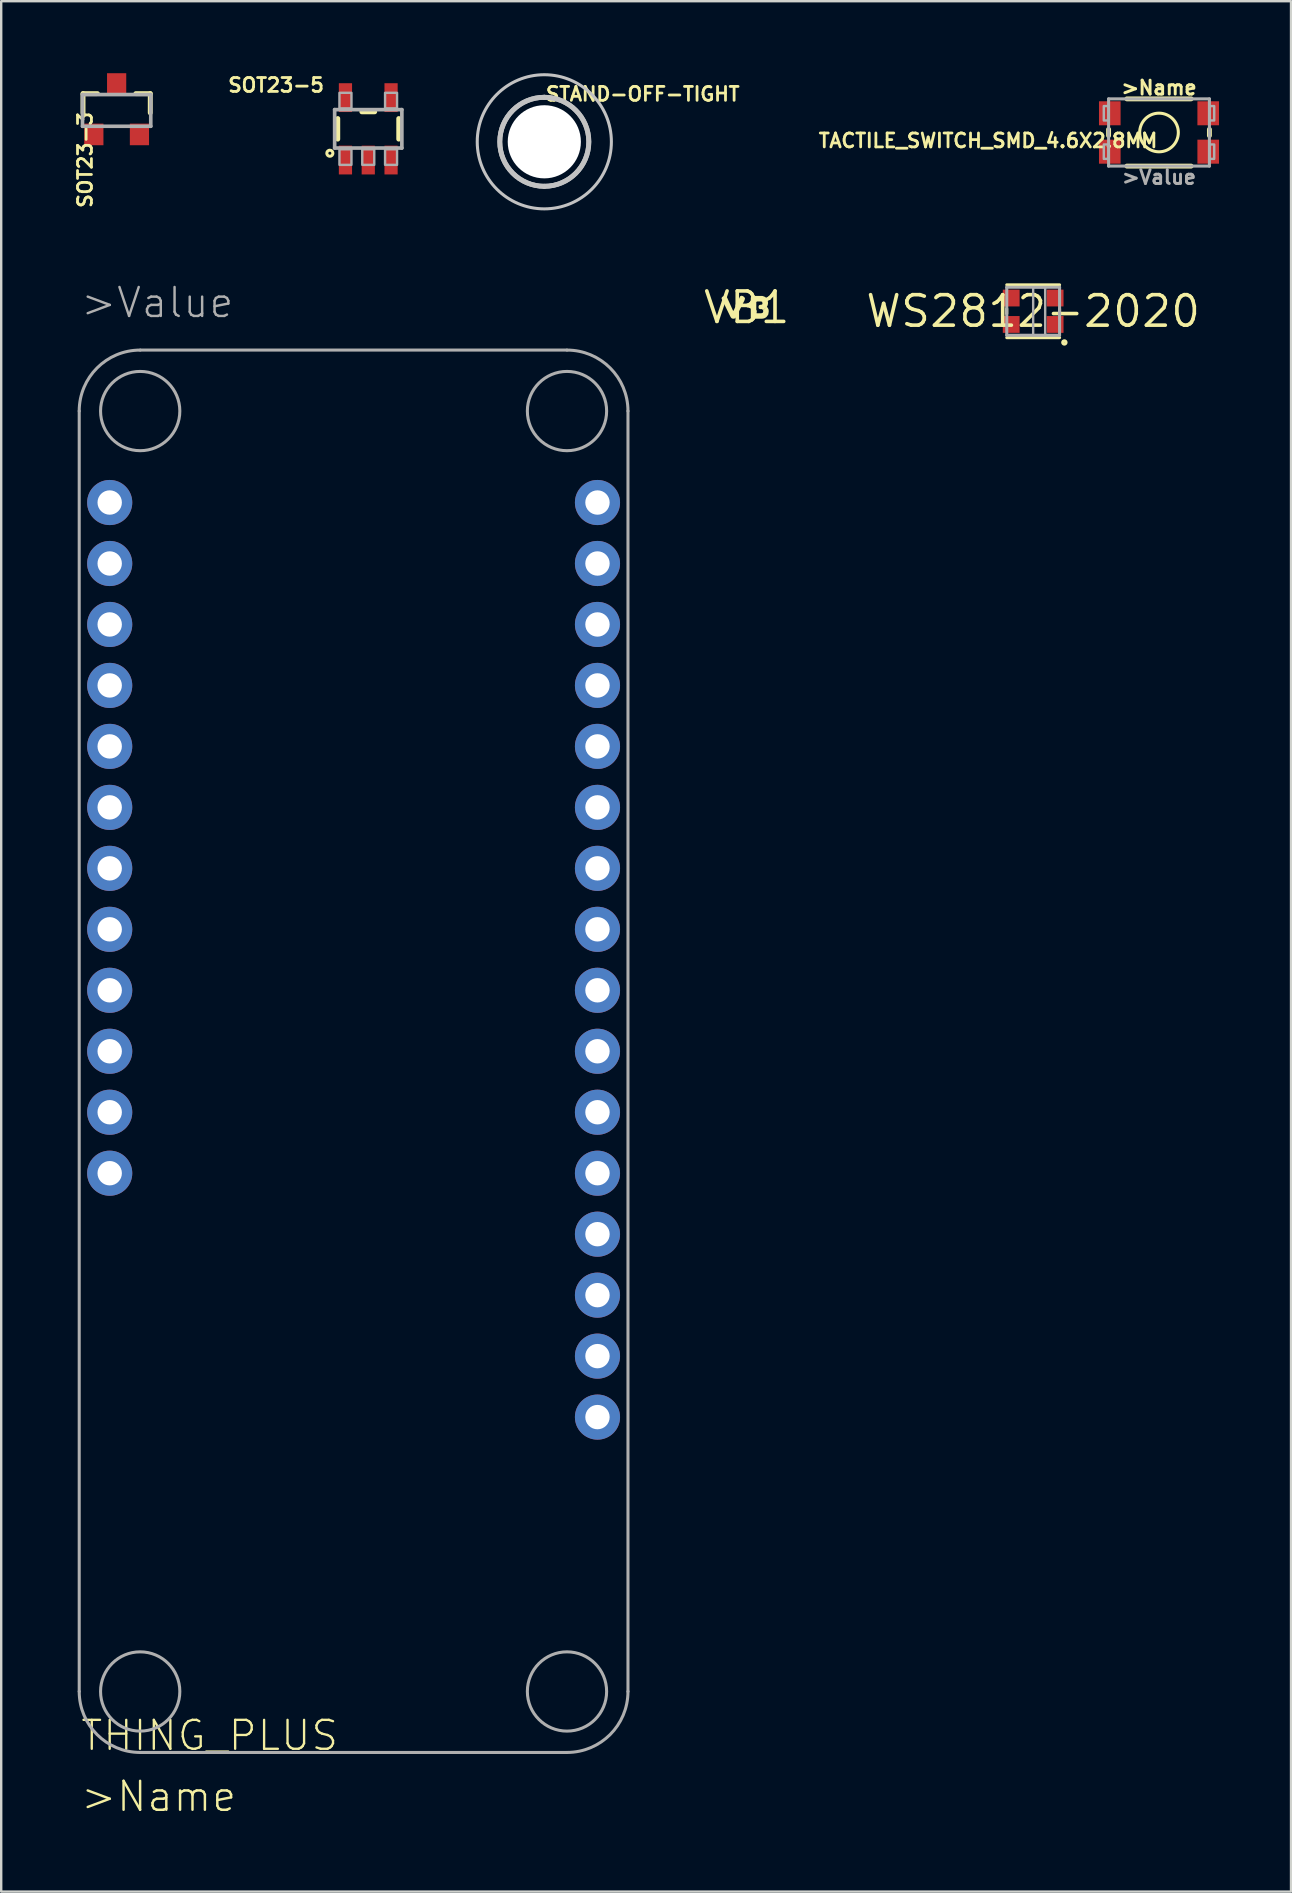
<source format=kicad_pcb>
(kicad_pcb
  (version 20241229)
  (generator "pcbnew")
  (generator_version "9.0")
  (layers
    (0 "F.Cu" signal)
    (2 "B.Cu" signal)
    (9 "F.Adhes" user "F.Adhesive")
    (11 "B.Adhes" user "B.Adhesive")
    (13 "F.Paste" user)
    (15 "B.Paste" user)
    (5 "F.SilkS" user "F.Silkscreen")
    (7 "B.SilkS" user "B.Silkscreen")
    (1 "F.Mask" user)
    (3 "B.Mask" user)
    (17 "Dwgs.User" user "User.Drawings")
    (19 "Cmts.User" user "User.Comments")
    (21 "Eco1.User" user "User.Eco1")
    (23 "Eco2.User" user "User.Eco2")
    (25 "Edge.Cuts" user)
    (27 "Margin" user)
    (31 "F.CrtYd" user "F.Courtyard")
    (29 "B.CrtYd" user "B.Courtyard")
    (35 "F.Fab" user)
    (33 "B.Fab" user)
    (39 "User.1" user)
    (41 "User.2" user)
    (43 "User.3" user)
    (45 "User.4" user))
  (footprint "VB1"
    (layer "F.Cu")
    (at 28.056 9.759)
    (property "Reference" "VB1" (at 0 0 0) (layer "F.SilkS") (effects (font (size 1.27 1.27) (thickness 0.15))))
    (attr through_hole)
    (fp_poly (pts (xy -0.15 -0.47) (xy -0.21 -0.49) (xy -0.27 -0.47) (xy -0.55 0.14) (xy -0.57 0.13) (xy -0.81 -0.4) (xy -0.84 -0.44) (xy -0.88 -0.49) (xy -0.94 -0.48) (xy -1.02 -0.44) (xy -1.05 -0.39) (xy -1.03 -0.33) (xy -0.67 0.4) (xy -0.63 0.45) (xy -0.57 0.47) (xy -0.5 0.46) (xy -0.45 0.42) (xy -0.42 0.36) (xy -0.09 -0.3) (xy -0.07 -0.37) (xy -0.09 -0.42)) (stroke (width 0) (type solid)) (fill yes) (layer "F.SilkS"))
    (fp_poly (pts (xy 0.86 -0.06) (xy 0.88 -0.12) (xy 0.89 -0.19) (xy 0.88 -0.26) (xy 0.86 -0.32) (xy 0.83 -0.38) (xy 0.78 -0.43) (xy 0.72 -0.46) (xy 0.65 -0.48) (xy 0.58 -0.48) (xy 0.31 -0.48) (xy 0.23 -0.48) (xy 0.18 -0.45) (xy 0.17 -0.39) (xy 0.17 0.36) (xy 0.17 0.43) (xy 0.21 0.46) (xy 0.29 0.47) (xy 0.63 0.47) (xy 0.7 0.46) (xy 0.76 0.44) (xy 0.82 0.4) (xy 0.86 0.35) (xy 0.9 0.29) (xy 0.91 0.22) (xy 0.92 0.15) (xy 0.91 0.08) (xy 0.88 0.02) (xy 0.84 -0.03) (xy 0.68 0.12) (xy 0.69 0.16) (xy 0.67 0.22) (xy 0.61 0.24) (xy 0.4 0.24) (xy 0.4 0.18) (xy 0.4 -0.23) (xy 0.44 -0.25) (xy 0.58 -0.25) (xy 0.64 -0.24) (xy 0.66 -0.17) (xy 0.64 -0.12) (xy 0.56 -0.11) (xy 0.51 -0.09) (xy 0.49 -0.02) (xy 0.51 0.05) (xy 0.57 0.07) (xy 0.64 0.07) (xy 0.68 0.11) (xy 0.84 -0.03)) (stroke (width 0) (type solid)) (fill yes) (layer "F.SilkS")))
  (footprint "STAND-OFF-TIGHT"
    (layer "F.Cu")
    (at 19.625 2.857)
    (property "Reference" "STAND-OFF-TIGHT" (at 0 -1.651 0) (layer "F.SilkS") (effects (font (size 0.579 0.579) (thickness 0.116)) (justify left bottom)))
    (attr through_hole)
    (fp_arc (start 0 -1.8542) (mid 1.8542 0) (end 0 1.8542) (stroke (width 0.2032) (type solid)) (layer "Dwgs.User"))
    (fp_arc (start 0 -1.8542) (mid 1.8542 0) (end 0 1.8542) (stroke (width 0.2032) (type solid)) (layer "Dwgs.User"))
    (fp_arc (start 0 1.8542) (mid -1.8542 0) (end 0 -1.8542) (stroke (width 0.2032) (type solid)) (layer "Dwgs.User"))
    (fp_arc (start 0 1.8542) (mid -1.8542 0) (end 0 -1.8542) (stroke (width 0.2032) (type solid)) (layer "Dwgs.User"))
    (fp_circle (center 0 0) (end 2.794 0) (stroke (width 0.127) (type solid)) (fill no) (layer "Dwgs.User"))
    (pad "" np_thru_hole circle (at 0 0) (size 3.048 3.048) (drill 3.048) (layers "*.Cu" "*.Mask")))
  (footprint "WS2812-2020"
    (layer "F.Cu")
    (at 39.99 9.916)
    (property "Reference" "WS2812-2020" (at 0 0 0) (layer "F.SilkS") (effects (font (size 1.27 1.27) (thickness 0.15))))
    (attr through_hole)
    (fp_line (start -1.1 -1.1) (end 1.1 -1.1) (stroke (width 0.127) (type solid)) (layer "F.SilkS"))
    (fp_line (start -1.1 0.1) (end -1.1 -0.1) (stroke (width 0.127) (type solid)) (layer "F.SilkS"))
    (fp_line (start 1.1 0.1) (end 1.1 -0.1) (stroke (width 0.127) (type solid)) (layer "F.SilkS"))
    (fp_line (start 1.1 1.1) (end -1.1 1.1) (stroke (width 0.127) (type solid)) (layer "F.SilkS"))
    (fp_circle (center 1.3 1.3) (end 1.37 1.3) (stroke (width 0.127) (type solid)) (fill no) (layer "F.SilkS"))
    (fp_line (start -1.1 -1) (end -1.1 1) (stroke (width 0.127) (type solid)) (layer "F.Fab"))
    (fp_line (start -1.1 1) (end 1.1 1) (stroke (width 0.127) (type solid)) (layer "F.Fab"))
    (fp_line (start 1.1 -1) (end -1.1 -1) (stroke (width 0.127) (type solid)) (layer "F.Fab"))
    (fp_line (start 1.1 1) (end 1.1 -1) (stroke (width 0.127) (type solid)) (layer "F.Fab"))
    (fp_poly (pts (xy 0 1) (xy 0.5 1) (xy 0.5 -1) (xy 0 -1)) (stroke (width 0.1) (type solid)) (fill no) (layer "F.Fab"))
    (pad "DI" smd rect (at -0.915 -0.55) (size 0.7 0.7) (layers "F.Cu" "F.Mask" "F.Paste"))
    (pad "DO" smd rect (at 0.915 0.55) (size 0.7 0.7) (layers "F.Cu" "F.Mask" "F.Paste"))
    (pad "GND" smd rect (at 0.915 -0.55) (size 0.7 0.7) (layers "F.Cu" "F.Mask" "F.Paste"))
    (pad "VCC" smd rect (at -0.915 0.55) (size 0.7 0.7) (layers "F.Cu" "F.Mask" "F.Paste")))
  (footprint "THING_PLUS"
    (layer "F.Cu")
    (at 0.25 69.954)
    (property "Reference" "THING_PLUS" (at 0 0 0) (layer "F.SilkS") (effects (font (size 1.206 1.206) (thickness 0.097)) (justify left bottom)))
    (attr through_hole)
    (fp_line (start 0 -2.54) (end 0 -55.88) (stroke (width 0.127) (type solid)) (layer "F.Fab"))
    (fp_line (start 2.54 -58.42) (end 20.32 -58.42) (stroke (width 0.127) (type solid)) (layer "F.Fab"))
    (fp_line (start 20.32 0) (end 2.54 0) (stroke (width 0.127) (type solid)) (layer "F.Fab"))
    (fp_line (start 22.86 -55.88) (end 22.86 -2.54) (stroke (width 0.127) (type solid)) (layer "F.Fab"))
    (fp_arc (start 0 -55.88) (mid 0.743949 -57.676051) (end 2.54 -58.42) (stroke (width 0.127) (type solid)) (layer "F.Fab"))
    (fp_arc (start 2.54 0) (mid 0.743949 -0.743949) (end 0 -2.54) (stroke (width 0.127) (type solid)) (layer "F.Fab"))
    (fp_arc (start 20.32 -58.42) (mid 22.116051 -57.676051) (end 22.86 -55.88) (stroke (width 0.127) (type solid)) (layer "F.Fab"))
    (fp_arc (start 22.86 -2.54) (mid 22.116051 -0.743949) (end 20.32 0) (stroke (width 0.127) (type solid)) (layer "F.Fab"))
    (fp_circle (center 2.54 -55.88) (end 4.191 -55.88) (stroke (width 0.127) (type solid)) (fill no) (layer "F.Fab"))
    (fp_circle (center 2.54 -2.54) (end 4.191 -2.54) (stroke (width 0.127) (type solid)) (fill no) (layer "F.Fab"))
    (fp_circle (center 20.32 -55.88) (end 21.971 -55.88) (stroke (width 0.127) (type solid)) (fill no) (layer "F.Fab"))
    (fp_circle (center 20.32 -2.54) (end 21.971 -2.54) (stroke (width 0.127) (type solid)) (fill no) (layer "F.Fab"))
    (fp_text user ">Name" (at 0 2.54 0) (layer "F.SilkS") (effects (font (size 1.206 1.206) (thickness 0.102)) (justify left bottom)))
    (fp_text user ">Value" (at 0 -59.69 0) (layer "F.Fab") (effects (font (size 1.206 1.206) (thickness 0.102)) (justify left bottom)))
    (pad "1" thru_hole circle (at 1.27 -52.07) (size 1.88 1.88) (drill 1.016) (layers "*.Cu" "*.Mask"))
    (pad "2" thru_hole circle (at 1.27 -49.53) (size 1.88 1.88) (drill 1.016) (layers "*.Cu" "*.Mask"))
    (pad "3" thru_hole circle (at 1.27 -46.99) (size 1.88 1.88) (drill 1.016) (layers "*.Cu" "*.Mask"))
    (pad "4" thru_hole circle (at 1.27 -44.45) (size 1.88 1.88) (drill 1.016) (layers "*.Cu" "*.Mask"))
    (pad "5" thru_hole circle (at 1.27 -41.91) (size 1.88 1.88) (drill 1.016) (layers "*.Cu" "*.Mask"))
    (pad "6" thru_hole circle (at 1.27 -39.37) (size 1.88 1.88) (drill 1.016) (layers "*.Cu" "*.Mask"))
    (pad "7" thru_hole circle (at 1.27 -36.83) (size 1.88 1.88) (drill 1.016) (layers "*.Cu" "*.Mask"))
    (pad "8" thru_hole circle (at 1.27 -34.29) (size 1.88 1.88) (drill 1.016) (layers "*.Cu" "*.Mask"))
    (pad "9" thru_hole circle (at 1.27 -31.75) (size 1.88 1.88) (drill 1.016) (layers "*.Cu" "*.Mask"))
    (pad "10" thru_hole circle (at 1.27 -29.21) (size 1.88 1.88) (drill 1.016) (layers "*.Cu" "*.Mask"))
    (pad "11" thru_hole circle (at 1.27 -26.67) (size 1.88 1.88) (drill 1.016) (layers "*.Cu" "*.Mask"))
    (pad "12" thru_hole circle (at 1.27 -24.13) (size 1.88 1.88) (drill 1.016) (layers "*.Cu" "*.Mask"))
    (pad "13" thru_hole circle (at 21.59 -52.07) (size 1.88 1.88) (drill 1.016) (layers "*.Cu" "*.Mask"))
    (pad "14" thru_hole circle (at 21.59 -49.53) (size 1.88 1.88) (drill 1.016) (layers "*.Cu" "*.Mask"))
    (pad "15" thru_hole circle (at 21.59 -46.99) (size 1.88 1.88) (drill 1.016) (layers "*.Cu" "*.Mask"))
    (pad "16" thru_hole circle (at 21.59 -44.45) (size 1.88 1.88) (drill 1.016) (layers "*.Cu" "*.Mask"))
    (pad "17" thru_hole circle (at 21.59 -41.91) (size 1.88 1.88) (drill 1.016) (layers "*.Cu" "*.Mask"))
    (pad "18" thru_hole circle (at 21.59 -39.37) (size 1.88 1.88) (drill 1.016) (layers "*.Cu" "*.Mask"))
    (pad "19" thru_hole circle (at 21.59 -36.83) (size 1.88 1.88) (drill 1.016) (layers "*.Cu" "*.Mask"))
    (pad "20" thru_hole circle (at 21.59 -34.29) (size 1.88 1.88) (drill 1.016) (layers "*.Cu" "*.Mask"))
    (pad "21" thru_hole circle (at 21.59 -31.75) (size 1.88 1.88) (drill 1.016) (layers "*.Cu" "*.Mask"))
    (pad "22" thru_hole circle (at 21.59 -29.21) (size 1.88 1.88) (drill 1.016) (layers "*.Cu" "*.Mask"))
    (pad "23" thru_hole circle (at 21.59 -26.67) (size 1.88 1.88) (drill 1.016) (layers "*.Cu" "*.Mask"))
    (pad "24" thru_hole circle (at 21.59 -24.13) (size 1.88 1.88) (drill 1.016) (layers "*.Cu" "*.Mask"))
    (pad "25" thru_hole circle (at 21.59 -21.59) (size 1.88 1.88) (drill 1.016) (layers "*.Cu" "*.Mask"))
    (pad "26" thru_hole circle (at 21.59 -19.05) (size 1.88 1.88) (drill 1.016) (layers "*.Cu" "*.Mask"))
    (pad "27" thru_hole circle (at 21.59 -16.51) (size 1.88 1.88) (drill 1.016) (layers "*.Cu" "*.Mask"))
    (pad "28" thru_hole circle (at 21.59 -13.97) (size 1.88 1.88) (drill 1.016) (layers "*.Cu" "*.Mask")))
  (footprint "TACTILE_SWITCH_SMD_4.6X2.8MM"
    (layer "F.Cu")
    (at 45.232 2.469)
    (property "Reference" "TACTILE_SWITCH_SMD_4.6X2.8MM" (at 0 0 180) (layer "F.SilkS") (effects (font (size 0.579 0.579) (thickness 0.116)) (justify right top)))
    (attr through_hole)
    (fp_line (start -2.1 -0.13) (end -2.1 0.13) (stroke (width 0.203) (type solid)) (layer "F.SilkS"))
    (fp_line (start -1.338 -1.4) (end 1.338 -1.4) (stroke (width 0.203) (type solid)) (layer "F.SilkS"))
    (fp_line (start 1.338 1.4) (end -1.338 1.4) (stroke (width 0.203) (type solid)) (layer "F.SilkS"))
    (fp_line (start 2.1 0.13) (end 2.1 -0.13) (stroke (width 0.203) (type solid)) (layer "F.SilkS"))
    (fp_circle (center 0 0) (end 0.805 0) (stroke (width 0.127) (type solid)) (fill no) (layer "F.SilkS"))
    (fp_line (start -2.1 -1.4) (end -2.1 1.4) (stroke (width 0.127) (type solid)) (layer "F.Fab"))
    (fp_line (start -2.1 -1.4) (end 2.1 -1.4) (stroke (width 0.127) (type solid)) (layer "F.Fab"))
    (fp_line (start -2.1 1.4) (end 2.1 1.4) (stroke (width 0.127) (type solid)) (layer "F.Fab"))
    (fp_line (start 2.1 1.4) (end 2.1 -1.4) (stroke (width 0.127) (type solid)) (layer "F.Fab"))
    (fp_poly (pts (xy -2.3 -0.5) (xy -2.1 -0.5) (xy -2.1 -1.1) (xy -2.3 -1.1)) (stroke (width 0.1) (type solid)) (fill no) (layer "F.Fab"))
    (fp_poly (pts (xy -2.3 1.1) (xy -2.1 1.1) (xy -2.1 0.5) (xy -2.3 0.5)) (stroke (width 0.1) (type solid)) (fill no) (layer "F.Fab"))
    (fp_poly (pts (xy 2.3 -1.1) (xy 2.1 -1.1) (xy 2.1 -0.5) (xy 2.3 -0.5)) (stroke (width 0.1) (type solid)) (fill no) (layer "F.Fab"))
    (fp_poly (pts (xy 2.3 0.5) (xy 2.1 0.5) (xy 2.1 1.1) (xy 2.3 1.1)) (stroke (width 0.1) (type solid)) (fill no) (layer "F.Fab"))
    (fp_text user ">Name" (at 0 -1.524 0) (layer "F.SilkS") (effects (font (size 0.579 0.579) (thickness 0.122)) (justify bottom)))
    (fp_text user ">Value" (at 0 1.524 0) (layer "F.Fab") (effects (font (size 0.579 0.579) (thickness 0.122)) (justify top)))
    (pad "1" smd rect (at -2.05 0.8) (size 0.9 1) (layers "F.Cu" "F.Mask" "F.Paste"))
    (pad "2" smd rect (at 2.05 0.8) (size 0.9 1) (layers "F.Cu" "F.Mask" "F.Paste"))
    (pad "3" smd rect (at 2.05 -0.8) (size 0.9 1) (layers "F.Cu" "F.Mask" "F.Paste"))
    (pad "4" smd rect (at -2.05 -0.8) (size 0.9 1) (layers "F.Cu" "F.Mask" "F.Paste")))
  (footprint "SOT23-5"
    (layer "F.Cu")
    (at 12.291 2.317)
    (property "Reference" "SOT23-5" (at -1.778 -2.159 180) (layer "F.SilkS") (effects (font (size 0.579 0.579) (thickness 0.116)) (justify right top)))
    (attr through_hole)
    (fp_line (start -1.27 0.429) (end -1.27 -0.429) (stroke (width 0.203) (type solid)) (layer "F.SilkS"))
    (fp_line (start -0.268 -0.709) (end 0.268 -0.709) (stroke (width 0.203) (type solid)) (layer "F.SilkS"))
    (fp_line (start 1.27 -0.429) (end 1.27 0.429) (stroke (width 0.203) (type solid)) (layer "F.SilkS"))
    (fp_circle (center -1.6 1.016) (end -1.537 1.016) (stroke (width 0.127) (type solid)) (fill no) (layer "F.SilkS"))
    (fp_line (start -1.4 -0.8) (end -1.4 0.8) (stroke (width 0.152) (type solid)) (layer "F.Fab"))
    (fp_line (start -1.4 -0.8) (end 1.4 -0.8) (stroke (width 0.152) (type solid)) (layer "F.Fab"))
    (fp_line (start 1.4 -0.8) (end 1.4 0.8) (stroke (width 0.152) (type solid)) (layer "F.Fab"))
    (fp_line (start 1.4 0.8) (end -1.4 0.8) (stroke (width 0.152) (type solid)) (layer "F.Fab"))
    (fp_poly (pts (xy -1.2 -0.85) (xy -0.7 -0.85) (xy -0.7 -1.5) (xy -1.2 -1.5)) (stroke (width 0.1) (type solid)) (fill no) (layer "F.Fab"))
    (fp_poly (pts (xy -1.2 1.5) (xy -0.7 1.5) (xy -0.7 0.85) (xy -1.2 0.85)) (stroke (width 0.1) (type solid)) (fill no) (layer "F.Fab"))
    (fp_poly (pts (xy -0.25 1.5) (xy 0.25 1.5) (xy 0.25 0.85) (xy -0.25 0.85)) (stroke (width 0.1) (type solid)) (fill no) (layer "F.Fab"))
    (fp_poly (pts (xy 0.7 -0.85) (xy 1.2 -0.85) (xy 1.2 -1.5) (xy 0.7 -1.5)) (stroke (width 0.1) (type solid)) (fill no) (layer "F.Fab"))
    (fp_poly (pts (xy 0.7 1.5) (xy 1.2 1.5) (xy 1.2 0.85) (xy 0.7 0.85)) (stroke (width 0.1) (type solid)) (fill no) (layer "F.Fab"))
    (pad "1" smd rect (at -0.95 1.3) (size 0.55 1.2) (layers "F.Cu" "F.Mask" "F.Paste"))
    (pad "2" smd rect (at 0 1.3) (size 0.55 1.2) (layers "F.Cu" "F.Mask" "F.Paste"))
    (pad "3" smd rect (at 0.95 1.3) (size 0.55 1.2) (layers "F.Cu" "F.Mask" "F.Paste"))
    (pad "4" smd rect (at 0.95 -1.3) (size 0.55 1.2) (layers "F.Cu" "F.Mask" "F.Paste"))
    (pad "5" smd rect (at -0.95 -1.3) (size 0.55 1.2) (layers "F.Cu" "F.Mask" "F.Paste")))
  (footprint "SOT23-3"
    (layer "F.Cu")
    (at 1.809 1.55)
    (property "Reference" "SOT23-3" (at -1.651 0 270) (layer "F.SilkS") (effects (font (size 0.579 0.579) (thickness 0.116)) (justify right top)))
    (attr through_hole)
    (fp_line (start -1.4 -0.7) (end -1.4 0.1) (stroke (width 0.203) (type solid)) (layer "F.SilkS"))
    (fp_line (start -0.8 -0.7) (end -1.4 -0.7) (stroke (width 0.203) (type solid)) (layer "F.SilkS"))
    (fp_line (start 0.8 -0.7) (end 1.4 -0.7) (stroke (width 0.203) (type solid)) (layer "F.SilkS"))
    (fp_line (start 1.4 -0.7) (end 1.4 0.1) (stroke (width 0.203) (type solid)) (layer "F.SilkS"))
    (fp_line (start -1.422 -0.66) (end 1.422 -0.66) (stroke (width 0.152) (type solid)) (layer "F.Fab"))
    (fp_line (start -1.422 0.66) (end -1.422 -0.66) (stroke (width 0.152) (type solid)) (layer "F.Fab"))
    (fp_line (start 1.422 -0.66) (end 1.422 0.66) (stroke (width 0.152) (type solid)) (layer "F.Fab"))
    (fp_line (start 1.422 0.66) (end -1.422 0.66) (stroke (width 0.152) (type solid)) (layer "F.Fab"))
    (pad "1" smd rect (at -0.95 1) (size 0.8 0.9) (layers "F.Cu" "F.Mask" "F.Paste"))
    (pad "2" smd rect (at 0.95 1) (size 0.8 0.9) (layers "F.Cu" "F.Mask" "F.Paste"))
    (pad "3" smd rect (at 0 -1.1) (size 0.8 0.9) (layers "F.Cu" "F.Mask" "F.Paste")))
  (gr_rect
    (start -3 -3)
    (end 50.732 75.751)
    (stroke (width 0.1) (type default))
    (fill no)
    (layer "Edge.Cuts")))
</source>
